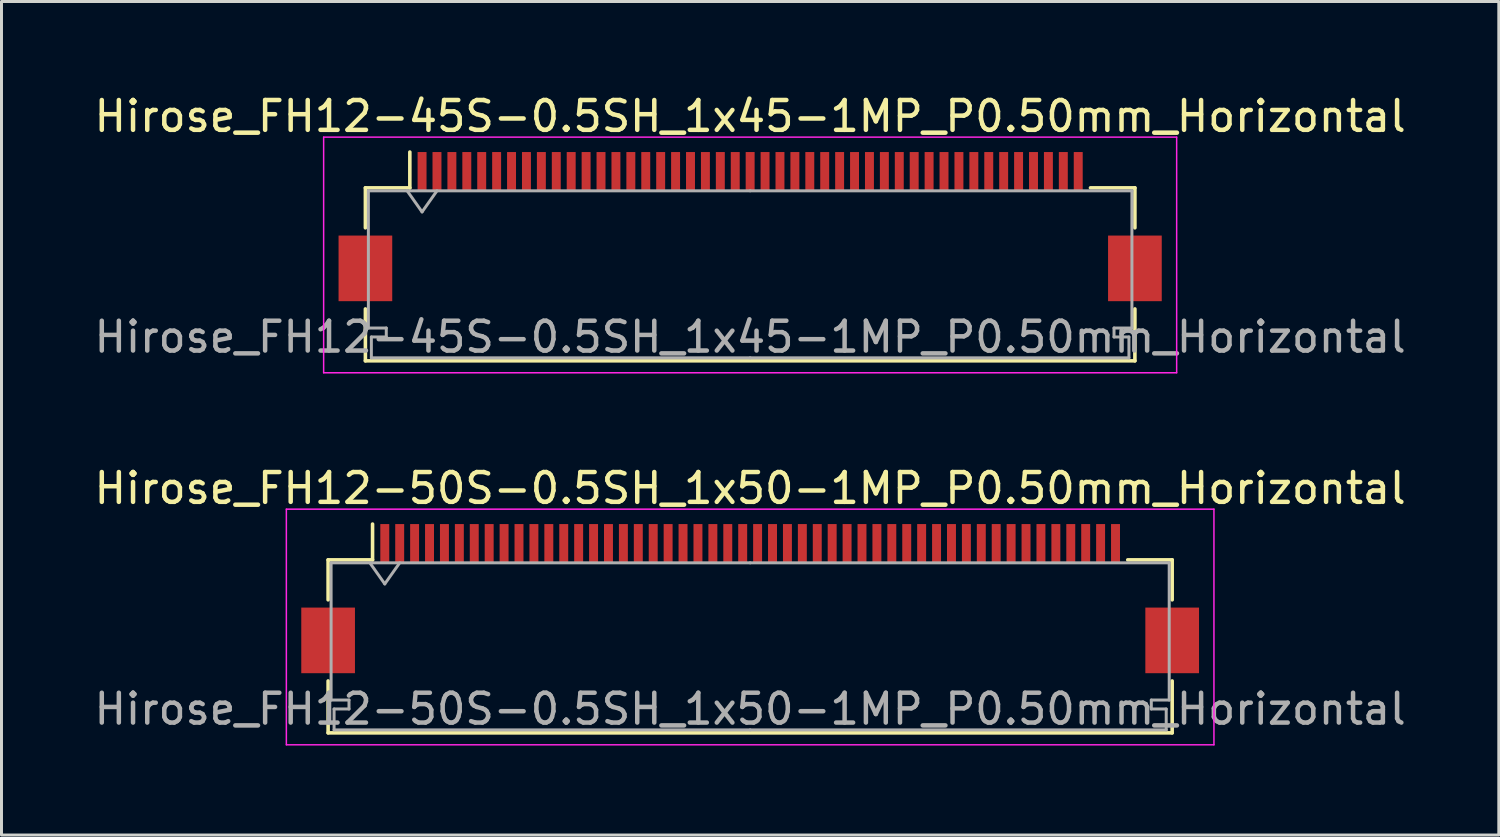
<source format=kicad_pcb>
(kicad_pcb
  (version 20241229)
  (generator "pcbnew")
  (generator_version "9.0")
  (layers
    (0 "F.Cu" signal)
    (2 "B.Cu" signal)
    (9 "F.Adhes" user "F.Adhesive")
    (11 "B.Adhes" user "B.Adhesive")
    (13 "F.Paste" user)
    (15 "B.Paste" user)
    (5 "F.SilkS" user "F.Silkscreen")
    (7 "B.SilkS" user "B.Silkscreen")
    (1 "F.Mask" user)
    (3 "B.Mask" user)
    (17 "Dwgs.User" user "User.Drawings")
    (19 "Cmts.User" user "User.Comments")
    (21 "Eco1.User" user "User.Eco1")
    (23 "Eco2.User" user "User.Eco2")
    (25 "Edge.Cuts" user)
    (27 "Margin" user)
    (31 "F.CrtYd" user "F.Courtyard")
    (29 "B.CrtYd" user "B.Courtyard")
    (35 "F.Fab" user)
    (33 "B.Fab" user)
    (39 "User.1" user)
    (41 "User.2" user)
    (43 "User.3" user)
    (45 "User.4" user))
  (footprint "Hirose_FH12-50S-0.5SH_1x50-1MP_P0.50mm_Horizontal"
    (layer "F.Cu")
    (at 22.101 17.021)
    (property "Reference" "Hirose_FH12-50S-0.5SH_1x50-1MP_P0.50mm_Horizontal" (at 0 -3.7 0) (layer "F.SilkS") (effects (font (size 1 1) (thickness 0.15))))
    (attr smd)
    (fp_line (start -14.15 -1.3) (end -14.15 0.04) (stroke (width 0.12) (type solid)) (layer "F.SilkS"))
    (fp_line (start -14.15 2.76) (end -14.15 4.5) (stroke (width 0.12) (type solid)) (layer "F.SilkS"))
    (fp_line (start -14.15 4.5) (end 14.15 4.5) (stroke (width 0.12) (type solid)) (layer "F.SilkS"))
    (fp_line (start -12.66 -1.3) (end -14.15 -1.3) (stroke (width 0.12) (type solid)) (layer "F.SilkS"))
    (fp_line (start -12.66 -1.3) (end -12.66 -2.5) (stroke (width 0.12) (type solid)) (layer "F.SilkS"))
    (fp_line (start 12.66 -1.3) (end 14.15 -1.3) (stroke (width 0.12) (type solid)) (layer "F.SilkS"))
    (fp_line (start 14.15 -1.3) (end 14.15 0.04) (stroke (width 0.12) (type solid)) (layer "F.SilkS"))
    (fp_line (start 14.15 4.5) (end 14.15 2.76) (stroke (width 0.12) (type solid)) (layer "F.SilkS"))
    (fp_line (start -15.55 -3) (end -15.55 4.9) (stroke (width 0.05) (type solid)) (layer "F.CrtYd"))
    (fp_line (start -15.55 4.9) (end 15.55 4.9) (stroke (width 0.05) (type solid)) (layer "F.CrtYd"))
    (fp_line (start 15.55 -3) (end -15.55 -3) (stroke (width 0.05) (type solid)) (layer "F.CrtYd"))
    (fp_line (start 15.55 4.9) (end 15.55 -3) (stroke (width 0.05) (type solid)) (layer "F.CrtYd"))
    (fp_line (start -14.05 -1.2) (end -14.05 3.4) (stroke (width 0.1) (type solid)) (layer "F.Fab"))
    (fp_line (start -14.05 3.4) (end -13.45 3.4) (stroke (width 0.1) (type solid)) (layer "F.Fab"))
    (fp_line (start -13.95 3.7) (end -13.95 4.4) (stroke (width 0.1) (type solid)) (layer "F.Fab"))
    (fp_line (start -13.95 4.4) (end 0 4.4) (stroke (width 0.1) (type solid)) (layer "F.Fab"))
    (fp_line (start -13.45 3.4) (end -13.45 3.7) (stroke (width 0.1) (type solid)) (layer "F.Fab"))
    (fp_line (start -13.45 3.7) (end -13.95 3.7) (stroke (width 0.1) (type solid)) (layer "F.Fab"))
    (fp_line (start -12.75 -1.2) (end -12.25 -0.493) (stroke (width 0.1) (type solid)) (layer "F.Fab"))
    (fp_line (start -12.25 -0.493) (end -11.75 -1.2) (stroke (width 0.1) (type solid)) (layer "F.Fab"))
    (fp_line (start 0 -1.2) (end -14.05 -1.2) (stroke (width 0.1) (type solid)) (layer "F.Fab"))
    (fp_line (start 0 -1.2) (end 14.05 -1.2) (stroke (width 0.1) (type solid)) (layer "F.Fab"))
    (fp_line (start 13.45 3.4) (end 13.45 3.7) (stroke (width 0.1) (type solid)) (layer "F.Fab"))
    (fp_line (start 13.45 3.7) (end 13.95 3.7) (stroke (width 0.1) (type solid)) (layer "F.Fab"))
    (fp_line (start 13.95 3.7) (end 13.95 4.4) (stroke (width 0.1) (type solid)) (layer "F.Fab"))
    (fp_line (start 13.95 4.4) (end 0 4.4) (stroke (width 0.1) (type solid)) (layer "F.Fab"))
    (fp_line (start 14.05 -1.2) (end 14.05 3.4) (stroke (width 0.1) (type solid)) (layer "F.Fab"))
    (fp_line (start 14.05 3.4) (end 13.45 3.4) (stroke (width 0.1) (type solid)) (layer "F.Fab"))
    (fp_text user "${REFERENCE}" (at 0 3.7 0) (layer "F.Fab") (effects (font (size 1 1) (thickness 0.15))))
    (pad "1" smd rect (at -12.25 -1.85) (size 0.3 1.3) (layers "F.Cu" "F.Mask" "F.Paste"))
    (pad "2" smd rect (at -11.75 -1.85) (size 0.3 1.3) (layers "F.Cu" "F.Mask" "F.Paste"))
    (pad "3" smd rect (at -11.25 -1.85) (size 0.3 1.3) (layers "F.Cu" "F.Mask" "F.Paste"))
    (pad "4" smd rect (at -10.75 -1.85) (size 0.3 1.3) (layers "F.Cu" "F.Mask" "F.Paste"))
    (pad "5" smd rect (at -10.25 -1.85) (size 0.3 1.3) (layers "F.Cu" "F.Mask" "F.Paste"))
    (pad "6" smd rect (at -9.75 -1.85) (size 0.3 1.3) (layers "F.Cu" "F.Mask" "F.Paste"))
    (pad "7" smd rect (at -9.25 -1.85) (size 0.3 1.3) (layers "F.Cu" "F.Mask" "F.Paste"))
    (pad "8" smd rect (at -8.75 -1.85) (size 0.3 1.3) (layers "F.Cu" "F.Mask" "F.Paste"))
    (pad "9" smd rect (at -8.25 -1.85) (size 0.3 1.3) (layers "F.Cu" "F.Mask" "F.Paste"))
    (pad "10" smd rect (at -7.75 -1.85) (size 0.3 1.3) (layers "F.Cu" "F.Mask" "F.Paste"))
    (pad "11" smd rect (at -7.25 -1.85) (size 0.3 1.3) (layers "F.Cu" "F.Mask" "F.Paste"))
    (pad "12" smd rect (at -6.75 -1.85) (size 0.3 1.3) (layers "F.Cu" "F.Mask" "F.Paste"))
    (pad "13" smd rect (at -6.25 -1.85) (size 0.3 1.3) (layers "F.Cu" "F.Mask" "F.Paste"))
    (pad "14" smd rect (at -5.75 -1.85) (size 0.3 1.3) (layers "F.Cu" "F.Mask" "F.Paste"))
    (pad "15" smd rect (at -5.25 -1.85) (size 0.3 1.3) (layers "F.Cu" "F.Mask" "F.Paste"))
    (pad "16" smd rect (at -4.75 -1.85) (size 0.3 1.3) (layers "F.Cu" "F.Mask" "F.Paste"))
    (pad "17" smd rect (at -4.25 -1.85) (size 0.3 1.3) (layers "F.Cu" "F.Mask" "F.Paste"))
    (pad "18" smd rect (at -3.75 -1.85) (size 0.3 1.3) (layers "F.Cu" "F.Mask" "F.Paste"))
    (pad "19" smd rect (at -3.25 -1.85) (size 0.3 1.3) (layers "F.Cu" "F.Mask" "F.Paste"))
    (pad "20" smd rect (at -2.75 -1.85) (size 0.3 1.3) (layers "F.Cu" "F.Mask" "F.Paste"))
    (pad "21" smd rect (at -2.25 -1.85) (size 0.3 1.3) (layers "F.Cu" "F.Mask" "F.Paste"))
    (pad "22" smd rect (at -1.75 -1.85) (size 0.3 1.3) (layers "F.Cu" "F.Mask" "F.Paste"))
    (pad "23" smd rect (at -1.25 -1.85) (size 0.3 1.3) (layers "F.Cu" "F.Mask" "F.Paste"))
    (pad "24" smd rect (at -0.75 -1.85) (size 0.3 1.3) (layers "F.Cu" "F.Mask" "F.Paste"))
    (pad "25" smd rect (at -0.25 -1.85) (size 0.3 1.3) (layers "F.Cu" "F.Mask" "F.Paste"))
    (pad "26" smd rect (at 0.25 -1.85) (size 0.3 1.3) (layers "F.Cu" "F.Mask" "F.Paste"))
    (pad "27" smd rect (at 0.75 -1.85) (size 0.3 1.3) (layers "F.Cu" "F.Mask" "F.Paste"))
    (pad "28" smd rect (at 1.25 -1.85) (size 0.3 1.3) (layers "F.Cu" "F.Mask" "F.Paste"))
    (pad "29" smd rect (at 1.75 -1.85) (size 0.3 1.3) (layers "F.Cu" "F.Mask" "F.Paste"))
    (pad "30" smd rect (at 2.25 -1.85) (size 0.3 1.3) (layers "F.Cu" "F.Mask" "F.Paste"))
    (pad "31" smd rect (at 2.75 -1.85) (size 0.3 1.3) (layers "F.Cu" "F.Mask" "F.Paste"))
    (pad "32" smd rect (at 3.25 -1.85) (size 0.3 1.3) (layers "F.Cu" "F.Mask" "F.Paste"))
    (pad "33" smd rect (at 3.75 -1.85) (size 0.3 1.3) (layers "F.Cu" "F.Mask" "F.Paste"))
    (pad "34" smd rect (at 4.25 -1.85) (size 0.3 1.3) (layers "F.Cu" "F.Mask" "F.Paste"))
    (pad "35" smd rect (at 4.75 -1.85) (size 0.3 1.3) (layers "F.Cu" "F.Mask" "F.Paste"))
    (pad "36" smd rect (at 5.25 -1.85) (size 0.3 1.3) (layers "F.Cu" "F.Mask" "F.Paste"))
    (pad "37" smd rect (at 5.75 -1.85) (size 0.3 1.3) (layers "F.Cu" "F.Mask" "F.Paste"))
    (pad "38" smd rect (at 6.25 -1.85) (size 0.3 1.3) (layers "F.Cu" "F.Mask" "F.Paste"))
    (pad "39" smd rect (at 6.75 -1.85) (size 0.3 1.3) (layers "F.Cu" "F.Mask" "F.Paste"))
    (pad "40" smd rect (at 7.25 -1.85) (size 0.3 1.3) (layers "F.Cu" "F.Mask" "F.Paste"))
    (pad "41" smd rect (at 7.75 -1.85) (size 0.3 1.3) (layers "F.Cu" "F.Mask" "F.Paste"))
    (pad "42" smd rect (at 8.25 -1.85) (size 0.3 1.3) (layers "F.Cu" "F.Mask" "F.Paste"))
    (pad "43" smd rect (at 8.75 -1.85) (size 0.3 1.3) (layers "F.Cu" "F.Mask" "F.Paste"))
    (pad "44" smd rect (at 9.25 -1.85) (size 0.3 1.3) (layers "F.Cu" "F.Mask" "F.Paste"))
    (pad "45" smd rect (at 9.75 -1.85) (size 0.3 1.3) (layers "F.Cu" "F.Mask" "F.Paste"))
    (pad "46" smd rect (at 10.25 -1.85) (size 0.3 1.3) (layers "F.Cu" "F.Mask" "F.Paste"))
    (pad "47" smd rect (at 10.75 -1.85) (size 0.3 1.3) (layers "F.Cu" "F.Mask" "F.Paste"))
    (pad "48" smd rect (at 11.25 -1.85) (size 0.3 1.3) (layers "F.Cu" "F.Mask" "F.Paste"))
    (pad "49" smd rect (at 11.75 -1.85) (size 0.3 1.3) (layers "F.Cu" "F.Mask" "F.Paste"))
    (pad "50" smd rect (at 12.25 -1.85) (size 0.3 1.3) (layers "F.Cu" "F.Mask" "F.Paste"))
    (pad "MP" smd rect (at -14.15 1.4) (size 1.8 2.2) (layers "F.Cu" "F.Mask" "F.Paste"))
    (pad "MP" smd rect (at 14.15 1.4) (size 1.8 2.2) (layers "F.Cu" "F.Mask" "F.Paste")))
  (footprint "Hirose_FH12-45S-0.5SH_1x45-1MP_P0.50mm_Horizontal"
    (layer "F.Cu")
    (at 22.101 4.548)
    (property "Reference" "Hirose_FH12-45S-0.5SH_1x45-1MP_P0.50mm_Horizontal" (at 0 -3.7 0) (layer "F.SilkS") (effects (font (size 1 1) (thickness 0.15))))
    (attr smd)
    (fp_line (start -12.9 -1.3) (end -12.9 0.04) (stroke (width 0.12) (type solid)) (layer "F.SilkS"))
    (fp_line (start -12.9 2.76) (end -12.9 4.5) (stroke (width 0.12) (type solid)) (layer "F.SilkS"))
    (fp_line (start -12.9 4.5) (end 12.9 4.5) (stroke (width 0.12) (type solid)) (layer "F.SilkS"))
    (fp_line (start -11.41 -1.3) (end -12.9 -1.3) (stroke (width 0.12) (type solid)) (layer "F.SilkS"))
    (fp_line (start -11.41 -1.3) (end -11.41 -2.5) (stroke (width 0.12) (type solid)) (layer "F.SilkS"))
    (fp_line (start 11.41 -1.3) (end 12.9 -1.3) (stroke (width 0.12) (type solid)) (layer "F.SilkS"))
    (fp_line (start 12.9 -1.3) (end 12.9 0.04) (stroke (width 0.12) (type solid)) (layer "F.SilkS"))
    (fp_line (start 12.9 4.5) (end 12.9 2.76) (stroke (width 0.12) (type solid)) (layer "F.SilkS"))
    (fp_line (start -14.3 -3) (end -14.3 4.9) (stroke (width 0.05) (type solid)) (layer "F.CrtYd"))
    (fp_line (start -14.3 4.9) (end 14.3 4.9) (stroke (width 0.05) (type solid)) (layer "F.CrtYd"))
    (fp_line (start 14.3 -3) (end -14.3 -3) (stroke (width 0.05) (type solid)) (layer "F.CrtYd"))
    (fp_line (start 14.3 4.9) (end 14.3 -3) (stroke (width 0.05) (type solid)) (layer "F.CrtYd"))
    (fp_line (start -12.8 -1.2) (end -12.8 3.4) (stroke (width 0.1) (type solid)) (layer "F.Fab"))
    (fp_line (start -12.8 3.4) (end -12.2 3.4) (stroke (width 0.1) (type solid)) (layer "F.Fab"))
    (fp_line (start -12.7 3.7) (end -12.7 4.4) (stroke (width 0.1) (type solid)) (layer "F.Fab"))
    (fp_line (start -12.7 4.4) (end 0 4.4) (stroke (width 0.1) (type solid)) (layer "F.Fab"))
    (fp_line (start -12.2 3.4) (end -12.2 3.7) (stroke (width 0.1) (type solid)) (layer "F.Fab"))
    (fp_line (start -12.2 3.7) (end -12.7 3.7) (stroke (width 0.1) (type solid)) (layer "F.Fab"))
    (fp_line (start -11.5 -1.2) (end -11 -0.493) (stroke (width 0.1) (type solid)) (layer "F.Fab"))
    (fp_line (start -11 -0.493) (end -10.5 -1.2) (stroke (width 0.1) (type solid)) (layer "F.Fab"))
    (fp_line (start 0 -1.2) (end -12.8 -1.2) (stroke (width 0.1) (type solid)) (layer "F.Fab"))
    (fp_line (start 0 -1.2) (end 12.8 -1.2) (stroke (width 0.1) (type solid)) (layer "F.Fab"))
    (fp_line (start 12.2 3.4) (end 12.2 3.7) (stroke (width 0.1) (type solid)) (layer "F.Fab"))
    (fp_line (start 12.2 3.7) (end 12.7 3.7) (stroke (width 0.1) (type solid)) (layer "F.Fab"))
    (fp_line (start 12.7 3.7) (end 12.7 4.4) (stroke (width 0.1) (type solid)) (layer "F.Fab"))
    (fp_line (start 12.7 4.4) (end 0 4.4) (stroke (width 0.1) (type solid)) (layer "F.Fab"))
    (fp_line (start 12.8 -1.2) (end 12.8 3.4) (stroke (width 0.1) (type solid)) (layer "F.Fab"))
    (fp_line (start 12.8 3.4) (end 12.2 3.4) (stroke (width 0.1) (type solid)) (layer "F.Fab"))
    (fp_text user "${REFERENCE}" (at 0 3.7 0) (layer "F.Fab") (effects (font (size 1 1) (thickness 0.15))))
    (pad "1" smd rect (at -11 -1.85) (size 0.3 1.3) (layers "F.Cu" "F.Mask" "F.Paste"))
    (pad "2" smd rect (at -10.5 -1.85) (size 0.3 1.3) (layers "F.Cu" "F.Mask" "F.Paste"))
    (pad "3" smd rect (at -10 -1.85) (size 0.3 1.3) (layers "F.Cu" "F.Mask" "F.Paste"))
    (pad "4" smd rect (at -9.5 -1.85) (size 0.3 1.3) (layers "F.Cu" "F.Mask" "F.Paste"))
    (pad "5" smd rect (at -9 -1.85) (size 0.3 1.3) (layers "F.Cu" "F.Mask" "F.Paste"))
    (pad "6" smd rect (at -8.5 -1.85) (size 0.3 1.3) (layers "F.Cu" "F.Mask" "F.Paste"))
    (pad "7" smd rect (at -8 -1.85) (size 0.3 1.3) (layers "F.Cu" "F.Mask" "F.Paste"))
    (pad "8" smd rect (at -7.5 -1.85) (size 0.3 1.3) (layers "F.Cu" "F.Mask" "F.Paste"))
    (pad "9" smd rect (at -7 -1.85) (size 0.3 1.3) (layers "F.Cu" "F.Mask" "F.Paste"))
    (pad "10" smd rect (at -6.5 -1.85) (size 0.3 1.3) (layers "F.Cu" "F.Mask" "F.Paste"))
    (pad "11" smd rect (at -6 -1.85) (size 0.3 1.3) (layers "F.Cu" "F.Mask" "F.Paste"))
    (pad "12" smd rect (at -5.5 -1.85) (size 0.3 1.3) (layers "F.Cu" "F.Mask" "F.Paste"))
    (pad "13" smd rect (at -5 -1.85) (size 0.3 1.3) (layers "F.Cu" "F.Mask" "F.Paste"))
    (pad "14" smd rect (at -4.5 -1.85) (size 0.3 1.3) (layers "F.Cu" "F.Mask" "F.Paste"))
    (pad "15" smd rect (at -4 -1.85) (size 0.3 1.3) (layers "F.Cu" "F.Mask" "F.Paste"))
    (pad "16" smd rect (at -3.5 -1.85) (size 0.3 1.3) (layers "F.Cu" "F.Mask" "F.Paste"))
    (pad "17" smd rect (at -3 -1.85) (size 0.3 1.3) (layers "F.Cu" "F.Mask" "F.Paste"))
    (pad "18" smd rect (at -2.5 -1.85) (size 0.3 1.3) (layers "F.Cu" "F.Mask" "F.Paste"))
    (pad "19" smd rect (at -2 -1.85) (size 0.3 1.3) (layers "F.Cu" "F.Mask" "F.Paste"))
    (pad "20" smd rect (at -1.5 -1.85) (size 0.3 1.3) (layers "F.Cu" "F.Mask" "F.Paste"))
    (pad "21" smd rect (at -1 -1.85) (size 0.3 1.3) (layers "F.Cu" "F.Mask" "F.Paste"))
    (pad "22" smd rect (at -0.5 -1.85) (size 0.3 1.3) (layers "F.Cu" "F.Mask" "F.Paste"))
    (pad "23" smd rect (at 0 -1.85) (size 0.3 1.3) (layers "F.Cu" "F.Mask" "F.Paste"))
    (pad "24" smd rect (at 0.5 -1.85) (size 0.3 1.3) (layers "F.Cu" "F.Mask" "F.Paste"))
    (pad "25" smd rect (at 1 -1.85) (size 0.3 1.3) (layers "F.Cu" "F.Mask" "F.Paste"))
    (pad "26" smd rect (at 1.5 -1.85) (size 0.3 1.3) (layers "F.Cu" "F.Mask" "F.Paste"))
    (pad "27" smd rect (at 2 -1.85) (size 0.3 1.3) (layers "F.Cu" "F.Mask" "F.Paste"))
    (pad "28" smd rect (at 2.5 -1.85) (size 0.3 1.3) (layers "F.Cu" "F.Mask" "F.Paste"))
    (pad "29" smd rect (at 3 -1.85) (size 0.3 1.3) (layers "F.Cu" "F.Mask" "F.Paste"))
    (pad "30" smd rect (at 3.5 -1.85) (size 0.3 1.3) (layers "F.Cu" "F.Mask" "F.Paste"))
    (pad "31" smd rect (at 4 -1.85) (size 0.3 1.3) (layers "F.Cu" "F.Mask" "F.Paste"))
    (pad "32" smd rect (at 4.5 -1.85) (size 0.3 1.3) (layers "F.Cu" "F.Mask" "F.Paste"))
    (pad "33" smd rect (at 5 -1.85) (size 0.3 1.3) (layers "F.Cu" "F.Mask" "F.Paste"))
    (pad "34" smd rect (at 5.5 -1.85) (size 0.3 1.3) (layers "F.Cu" "F.Mask" "F.Paste"))
    (pad "35" smd rect (at 6 -1.85) (size 0.3 1.3) (layers "F.Cu" "F.Mask" "F.Paste"))
    (pad "36" smd rect (at 6.5 -1.85) (size 0.3 1.3) (layers "F.Cu" "F.Mask" "F.Paste"))
    (pad "37" smd rect (at 7 -1.85) (size 0.3 1.3) (layers "F.Cu" "F.Mask" "F.Paste"))
    (pad "38" smd rect (at 7.5 -1.85) (size 0.3 1.3) (layers "F.Cu" "F.Mask" "F.Paste"))
    (pad "39" smd rect (at 8 -1.85) (size 0.3 1.3) (layers "F.Cu" "F.Mask" "F.Paste"))
    (pad "40" smd rect (at 8.5 -1.85) (size 0.3 1.3) (layers "F.Cu" "F.Mask" "F.Paste"))
    (pad "41" smd rect (at 9 -1.85) (size 0.3 1.3) (layers "F.Cu" "F.Mask" "F.Paste"))
    (pad "42" smd rect (at 9.5 -1.85) (size 0.3 1.3) (layers "F.Cu" "F.Mask" "F.Paste"))
    (pad "43" smd rect (at 10 -1.85) (size 0.3 1.3) (layers "F.Cu" "F.Mask" "F.Paste"))
    (pad "44" smd rect (at 10.5 -1.85) (size 0.3 1.3) (layers "F.Cu" "F.Mask" "F.Paste"))
    (pad "45" smd rect (at 11 -1.85) (size 0.3 1.3) (layers "F.Cu" "F.Mask" "F.Paste"))
    (pad "MP" smd rect (at -12.9 1.4) (size 1.8 2.2) (layers "F.Cu" "F.Mask" "F.Paste"))
    (pad "MP" smd rect (at 12.9 1.4) (size 1.8 2.2) (layers "F.Cu" "F.Mask" "F.Paste")))
  (gr_rect
    (start -3 -3)
    (end 47.202 24.947)
    (stroke (width 0.1) (type default))
    (fill no)
    (layer "Edge.Cuts")))
</source>
